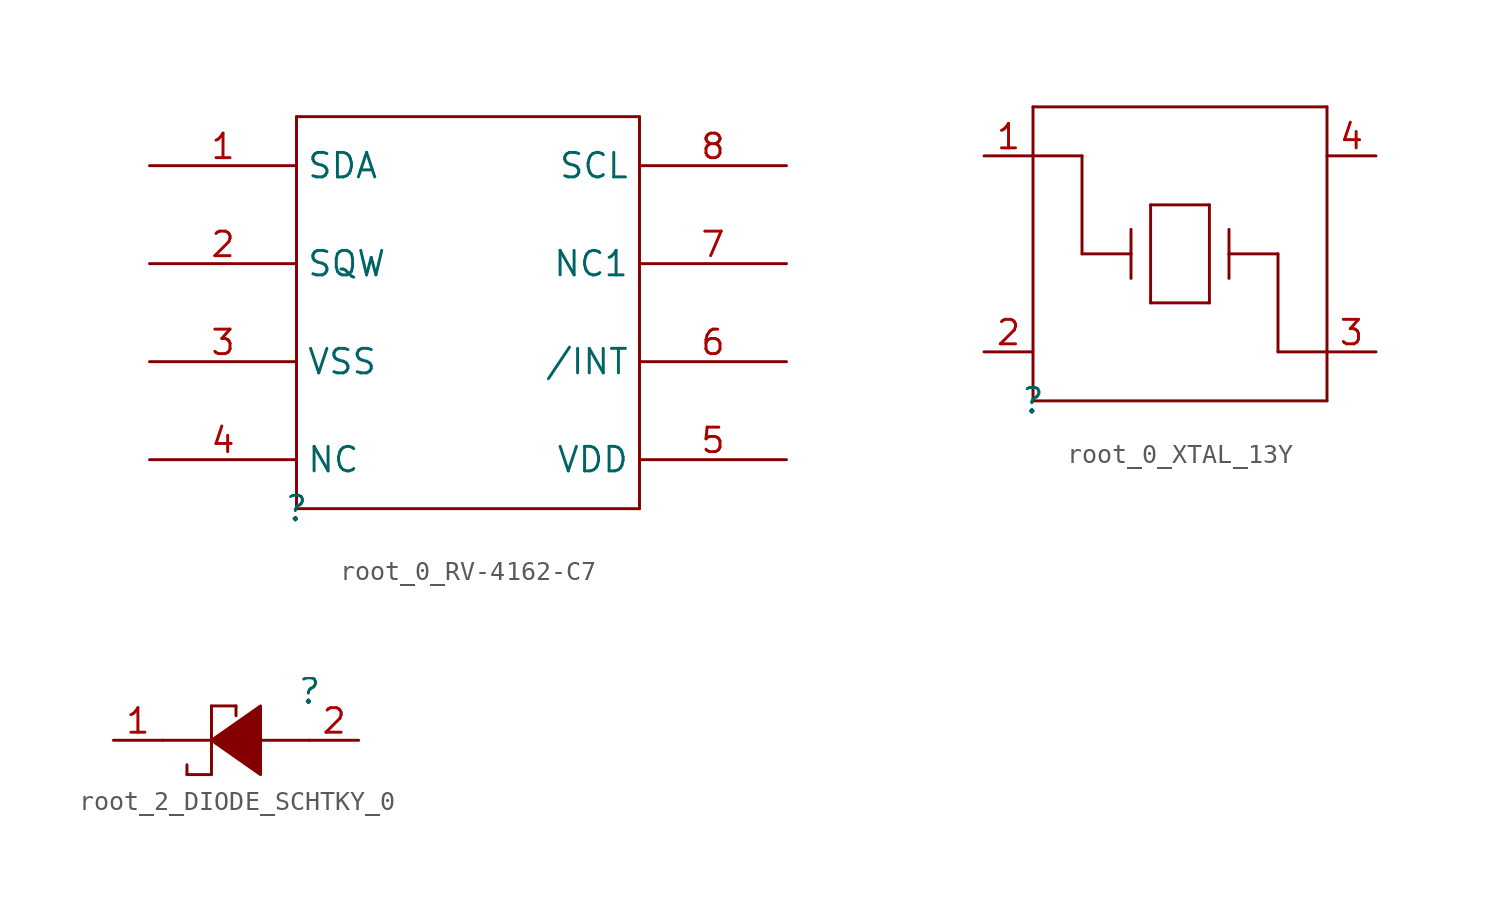
<source format=kicad_sym>
(kicad_symbol_lib
  (version 20220914)
  (generator kicad_symbol_editor)
  (symbol "root_0_RV-4162-C7"
    (property "Reference" ""
      (at 0 0 0)
      (effects (font (size 1.27 1.27))))
    (property "Value" ""
      (at 0 0 0)
      (effects (font (size 1.27 1.27))))
    (symbol "root_0_RV-4162-C7_1_0"
      (polyline (pts (xy 0 0) (xy 0 20.32)) (stroke (width 0) (type solid)) (fill (type none)))
      (polyline (pts (xy 0 20.32) (xy 17.78 20.32)) (stroke (width 0) (type solid)) (fill (type none)))
      (polyline (pts (xy 17.78 0) (xy 0 0)) (stroke (width 0) (type solid)) (fill (type none)))
      (polyline (pts (xy 17.78 20.32) (xy 17.78 0)) (stroke (width 0) (type solid)) (fill (type none)))
      (pin passive line (at -7.62 17.78 0) (length 7.62) (name "SDA" (effects (font (size 1.27 1.27)))) (number "1" (effects (font (size 1.27 1.27)))))
      (pin passive line (at -7.62 12.7 0) (length 7.62) (name "SQW" (effects (font (size 1.27 1.27)))) (number "2" (effects (font (size 1.27 1.27)))))
      (pin passive line (at -7.62 7.62 0) (length 7.62) (name "VSS" (effects (font (size 1.27 1.27)))) (number "3" (effects (font (size 1.27 1.27)))))
      (pin passive line (at -7.62 2.54 0) (length 7.62) (name "NC" (effects (font (size 1.27 1.27)))) (number "4" (effects (font (size 1.27 1.27)))))
      (pin passive line (at 25.4 2.54 180) (length 7.62) (name "VDD" (effects (font (size 1.27 1.27)))) (number "5" (effects (font (size 1.27 1.27)))))
      (pin passive line (at 25.4 7.62 180) (length 7.62) (name "/INT" (effects (font (size 1.27 1.27)))) (number "6" (effects (font (size 1.27 1.27)))))
      (pin passive line (at 25.4 12.7 180) (length 7.62) (name "NC1" (effects (font (size 1.27 1.27)))) (number "7" (effects (font (size 1.27 1.27)))))
      (pin passive line (at 25.4 17.78 180) (length 7.62) (name "SCL" (effects (font (size 1.27 1.27)))) (number "8" (effects (font (size 1.27 1.27)))))))
  (symbol "root_0_XTAL_13Y"
    (property "Reference" ""
      (at 0 0 0)
      (effects (font (size 1.27 1.27))))
    (property "Value" ""
      (at 0 0 0)
      (effects (font (size 1.27 1.27))))
    (symbol "root_0_XTAL_13Y_1_0"
      (polyline (pts (xy 0 0) (xy 0 15.24)) (stroke (width 0) (type solid)) (fill (type none)))
      (polyline (pts (xy 0 15.24) (xy 15.24 15.24)) (stroke (width 0) (type solid)) (fill (type none)))
      (polyline (pts (xy 2.54 7.62) (xy 2.54 12.7)) (stroke (width 0) (type solid)) (fill (type none)))
      (polyline (pts (xy 2.54 12.7) (xy 0 12.7)) (stroke (width 0) (type solid)) (fill (type none)))
      (polyline (pts (xy 5.08 7.62) (xy 2.54 7.62)) (stroke (width 0) (type solid)) (fill (type none)))
      (polyline (pts (xy 5.08 7.62) (xy 5.08 7.62)) (stroke (width 0) (type solid)) (fill (type none)))
      (polyline (pts (xy 5.08 8.89) (xy 5.08 6.35)) (stroke (width 0) (type solid)) (fill (type none)))
      (polyline (pts (xy 6.096 5.08) (xy 6.096 10.16)) (stroke (width 0) (type solid)) (fill (type none)))
      (polyline (pts (xy 6.096 10.16) (xy 9.144 10.16)) (stroke (width 0) (type solid)) (fill (type none)))
      (polyline (pts (xy 9.144 5.08) (xy 6.096 5.08)) (stroke (width 0) (type solid)) (fill (type none)))
      (polyline (pts (xy 9.144 10.16) (xy 9.144 5.08)) (stroke (width 0) (type solid)) (fill (type none)))
      (polyline (pts (xy 10.16 7.62) (xy 10.16 7.62)) (stroke (width 0) (type solid)) (fill (type none)))
      (polyline (pts (xy 10.16 7.62) (xy 12.7 7.62)) (stroke (width 0) (type solid)) (fill (type none)))
      (polyline (pts (xy 10.16 8.89) (xy 10.16 6.35)) (stroke (width 0) (type solid)) (fill (type none)))
      (polyline (pts (xy 12.7 2.54) (xy 15.24 2.54)) (stroke (width 0) (type solid)) (fill (type none)))
      (polyline (pts (xy 12.7 7.62) (xy 12.7 2.54)) (stroke (width 0) (type solid)) (fill (type none)))
      (polyline (pts (xy 15.24 0) (xy 0 0)) (stroke (width 0) (type solid)) (fill (type none)))
      (polyline (pts (xy 15.24 15.24) (xy 15.24 0)) (stroke (width 0) (type solid)) (fill (type none)))
      (pin passive line (at -2.54 12.7 0) (length 2.54) (name "1" (effects (font (size 0 0)))) (number "1" (effects (font (size 1.27 1.27)))))
      (pin passive line (at -2.54 2.54 0) (length 2.54) (name "2" (effects (font (size 0 0)))) (number "2" (effects (font (size 1.27 1.27)))))
      (pin passive line (at 17.78 2.54 180) (length 2.54) (name "3" (effects (font (size 0 0)))) (number "3" (effects (font (size 1.27 1.27)))))
      (pin passive line (at 17.78 12.7 180) (length 2.54) (name "4" (effects (font (size 0 0)))) (number "4" (effects (font (size 1.27 1.27)))))))
  (symbol "root_2_DIODE_SCHTKY_0"
    (property "Reference" ""
      (at 0 0 0)
      (effects (font (size 1.27 1.27))))
    (property "Value" ""
      (at 0 0 0)
      (effects (font (size 1.27 1.27))))
    (symbol "root_2_DIODE_SCHTKY_0_1_0"
      (polyline (pts (xy -6.35 -4.318) (xy -6.35 -3.81)) (stroke (width 0) (type solid)) (fill (type none)))
      (polyline (pts (xy -5.08 -4.318) (xy -6.35 -4.318)) (stroke (width 0) (type solid)) (fill (type none)))
      (polyline (pts (xy -5.08 -4.318) (xy -5.08 -0.762)) (stroke (width 0) (type solid)) (fill (type none)))
      (polyline (pts (xy -5.08 -2.54) (xy -7.62 -2.54)) (stroke (width 0) (type solid)) (fill (type none)))
      (polyline (pts (xy -5.08 -0.762) (xy -3.81 -0.762)) (stroke (width 0) (type solid)) (fill (type none)))
      (polyline (pts (xy -3.81 -0.762) (xy -3.81 -1.27)) (stroke (width 0) (type solid)) (fill (type none)))
      (polyline (pts (xy 0 -2.54) (xy -2.54 -2.54)) (stroke (width 0) (type solid)) (fill (type none)))
      (polyline (pts (xy -5.08 -2.54) (xy -5.08 -2.54) (xy -2.54 -0.762) (xy -2.54 -4.318) (xy -5.08 -2.54) (xy -5.08 -2.54)) (stroke (width 0) (type solid)) (fill (type outline)))
      (pin passive line (at -10.16 -2.54 0) (length 2.54) (name "C" (effects (font (size 0 0)))) (number "1" (effects (font (size 1.27 1.27)))))
      (pin passive line (at 2.54 -2.54 180) (length 2.54) (name "A" (effects (font (size 0 0)))) (number "2" (effects (font (size 1.27 1.27))))))))
</source>
